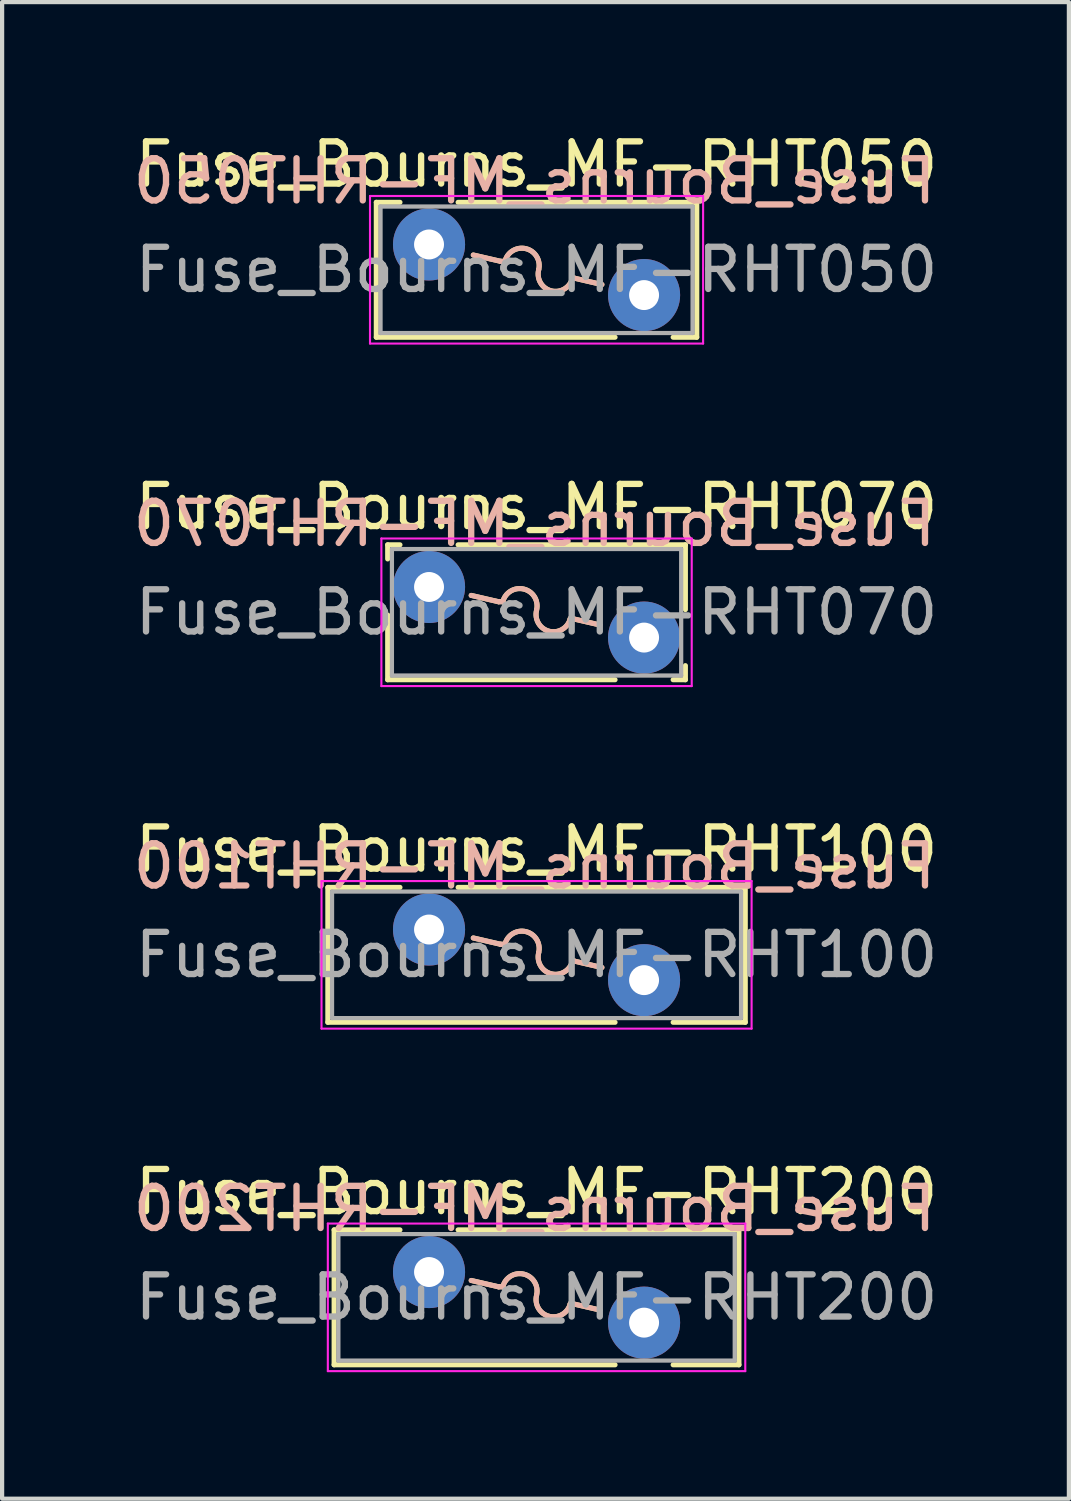
<source format=kicad_pcb>
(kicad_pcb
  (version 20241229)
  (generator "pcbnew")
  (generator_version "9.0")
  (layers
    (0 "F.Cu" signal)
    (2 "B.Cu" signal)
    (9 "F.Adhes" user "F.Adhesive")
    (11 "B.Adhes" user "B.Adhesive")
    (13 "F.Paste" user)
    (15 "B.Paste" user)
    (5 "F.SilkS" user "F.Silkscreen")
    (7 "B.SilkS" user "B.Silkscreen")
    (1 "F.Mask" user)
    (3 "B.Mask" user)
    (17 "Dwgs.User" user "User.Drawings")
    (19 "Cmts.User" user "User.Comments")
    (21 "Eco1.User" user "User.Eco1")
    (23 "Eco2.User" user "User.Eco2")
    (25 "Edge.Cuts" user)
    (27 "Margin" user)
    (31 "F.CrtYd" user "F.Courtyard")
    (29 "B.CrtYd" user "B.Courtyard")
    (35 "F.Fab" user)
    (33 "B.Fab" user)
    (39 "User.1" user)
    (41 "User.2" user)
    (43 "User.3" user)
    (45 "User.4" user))
  (footprint "Fuse_Bourns_MF-RHT070"
    (layer "F.Cu")
    (at 7.125 10.871)
    (property "Reference" "Fuse_Bourns_MF-RHT070" (at 2.55 -1.9 0) (layer "F.SilkS") (effects (font (size 1 1) (thickness 0.15))))
    (fp_line (start -0.981 -1) (end -0.981 -0.665) (stroke (width 0.12) (type solid)) (layer "F.SilkS"))
    (fp_line (start -0.981 -1) (end -0.689 -1) (stroke (width 0.12) (type solid)) (layer "F.SilkS"))
    (fp_line (start -0.981 0.665) (end -0.981 2.2) (stroke (width 0.12) (type solid)) (layer "F.SilkS"))
    (fp_line (start -0.981 2.2) (end 4.412 2.2) (stroke (width 0.12) (type solid)) (layer "F.SilkS"))
    (fp_line (start 0.689 -1) (end 6.08 -1) (stroke (width 0.12) (type solid)) (layer "F.SilkS"))
    (fp_line (start 1 0.2) (end 1.65 0.35) (stroke (width 0.12) (type solid)) (layer "F.SilkS"))
    (fp_line (start 1.75 0.35) (end 1.65 0.35) (stroke (width 0.12) (type solid)) (layer "F.SilkS"))
    (fp_line (start 3.35 0.75) (end 3.4 0.75) (stroke (width 0.12) (type solid)) (layer "F.SilkS"))
    (fp_line (start 3.4 0.75) (end 4.05 0.9) (stroke (width 0.12) (type solid)) (layer "F.SilkS"))
    (fp_line (start 5.789 2.2) (end 6.08 2.2) (stroke (width 0.12) (type solid)) (layer "F.SilkS"))
    (fp_line (start 6.08 -1) (end 6.08 0.536) (stroke (width 0.12) (type solid)) (layer "F.SilkS"))
    (fp_line (start 6.08 1.865) (end 6.08 2.2) (stroke (width 0.12) (type solid)) (layer "F.SilkS"))
    (fp_arc (start 1.750001 0.350001) (mid 2.249999 0.050001) (end 2.549999 0.549999) (stroke (width 0.12) (type solid)) (layer "F.SilkS"))
    (fp_arc (start 3.349999 0.749999) (mid 2.850001 1.049999) (end 2.550001 0.550001) (stroke (width 0.12) (type solid)) (layer "F.SilkS"))
    (fp_line (start 1 0.2) (end 1.65 0.35) (stroke (width 0.12) (type solid)) (layer "B.SilkS"))
    (fp_line (start 1.75 0.35) (end 1.65 0.35) (stroke (width 0.12) (type solid)) (layer "B.SilkS"))
    (fp_line (start 3.35 0.75) (end 3.4 0.75) (stroke (width 0.12) (type solid)) (layer "B.SilkS"))
    (fp_line (start 3.4 0.75) (end 4.05 0.9) (stroke (width 0.12) (type solid)) (layer "B.SilkS"))
    (fp_arc (start 1.750001 0.350001) (mid 2.249999 0.050001) (end 2.549999 0.549999) (stroke (width 0.12) (type solid)) (layer "B.SilkS"))
    (fp_arc (start 3.349999 0.749999) (mid 2.850001 1.049999) (end 2.550001 0.550001) (stroke (width 0.12) (type solid)) (layer "B.SilkS"))
    (fp_line (start -1.13 -1.15) (end -1.13 2.35) (stroke (width 0.05) (type solid)) (layer "F.CrtYd"))
    (fp_line (start -1.13 2.35) (end 6.23 2.35) (stroke (width 0.05) (type solid)) (layer "F.CrtYd"))
    (fp_line (start 6.23 -1.15) (end -1.13 -1.15) (stroke (width 0.05) (type solid)) (layer "F.CrtYd"))
    (fp_line (start 6.23 2.35) (end 6.23 -1.15) (stroke (width 0.05) (type solid)) (layer "F.CrtYd"))
    (fp_line (start -0.88 -0.9) (end -0.88 2.1) (stroke (width 0.1) (type solid)) (layer "F.Fab"))
    (fp_line (start -0.88 2.1) (end 5.98 2.1) (stroke (width 0.1) (type solid)) (layer "F.Fab"))
    (fp_line (start 5.98 -0.9) (end -0.88 -0.9) (stroke (width 0.1) (type solid)) (layer "F.Fab"))
    (fp_line (start 5.98 2.1) (end 5.98 -0.9) (stroke (width 0.1) (type solid)) (layer "F.Fab"))
    (fp_text user "${REFERENCE}" (at 2.5 -1.5 0) (layer "B.SilkS") (effects (font (size 1 1) (thickness 0.15)) (justify mirror)))
    (fp_text user "${REFERENCE}" (at 2.55 0.6 0) (layer "F.Fab") (effects (font (size 1 1) (thickness 0.15))))
    (pad "1" thru_hole circle (at 0 0) (size 1.71 1.71) (drill 0.71) (layers "*.Cu" "*.Mask"))
    (pad "2" thru_hole circle (at 5.1 1.2) (size 1.71 1.71) (drill 0.71) (layers "*.Cu" "*.Mask")))
  (footprint "Fuse_Bourns_MF-RHT100"
    (layer "F.Cu")
    (at 7.125 18.995)
    (property "Reference" "Fuse_Bourns_MF-RHT100" (at 2.55 -1.9 0) (layer "F.SilkS") (effects (font (size 1 1) (thickness 0.15))))
    (fp_line (start -2.4 -1) (end -2.4 2.2) (stroke (width 0.12) (type solid)) (layer "F.SilkS"))
    (fp_line (start -2.4 -1) (end -0.689 -1) (stroke (width 0.12) (type solid)) (layer "F.SilkS"))
    (fp_line (start -2.4 2.2) (end 4.412 2.2) (stroke (width 0.12) (type solid)) (layer "F.SilkS"))
    (fp_line (start 0.689 -1) (end 7.5 -1) (stroke (width 0.12) (type solid)) (layer "F.SilkS"))
    (fp_line (start 1.05 0.2) (end 1.7 0.35) (stroke (width 0.12) (type solid)) (layer "F.SilkS"))
    (fp_line (start 1.8 0.35) (end 1.7 0.35) (stroke (width 0.12) (type solid)) (layer "F.SilkS"))
    (fp_line (start 3.4 0.75) (end 3.45 0.75) (stroke (width 0.12) (type solid)) (layer "F.SilkS"))
    (fp_line (start 3.45 0.75) (end 4.1 0.9) (stroke (width 0.12) (type solid)) (layer "F.SilkS"))
    (fp_line (start 5.789 2.2) (end 7.5 2.2) (stroke (width 0.12) (type solid)) (layer "F.SilkS"))
    (fp_line (start 7.5 -1) (end 7.5 2.2) (stroke (width 0.12) (type solid)) (layer "F.SilkS"))
    (fp_arc (start 1.800001 0.350001) (mid 2.299999 0.050001) (end 2.599999 0.549999) (stroke (width 0.12) (type solid)) (layer "F.SilkS"))
    (fp_arc (start 3.399999 0.749999) (mid 2.900001 1.049999) (end 2.600001 0.550001) (stroke (width 0.12) (type solid)) (layer "F.SilkS"))
    (fp_line (start 1.05 0.2) (end 1.7 0.35) (stroke (width 0.12) (type solid)) (layer "B.SilkS"))
    (fp_line (start 1.8 0.35) (end 1.7 0.35) (stroke (width 0.12) (type solid)) (layer "B.SilkS"))
    (fp_line (start 3.4 0.75) (end 3.45 0.75) (stroke (width 0.12) (type solid)) (layer "B.SilkS"))
    (fp_line (start 3.45 0.75) (end 4.1 0.9) (stroke (width 0.12) (type solid)) (layer "B.SilkS"))
    (fp_arc (start 1.800001 0.350001) (mid 2.299999 0.050001) (end 2.599999 0.549999) (stroke (width 0.12) (type solid)) (layer "B.SilkS"))
    (fp_arc (start 3.399999 0.749999) (mid 2.900001 1.049999) (end 2.600001 0.550001) (stroke (width 0.12) (type solid)) (layer "B.SilkS"))
    (fp_line (start -2.55 -1.15) (end -2.55 2.35) (stroke (width 0.05) (type solid)) (layer "F.CrtYd"))
    (fp_line (start -2.55 2.35) (end 7.65 2.35) (stroke (width 0.05) (type solid)) (layer "F.CrtYd"))
    (fp_line (start 7.65 -1.15) (end -2.55 -1.15) (stroke (width 0.05) (type solid)) (layer "F.CrtYd"))
    (fp_line (start 7.65 2.35) (end 7.65 -1.15) (stroke (width 0.05) (type solid)) (layer "F.CrtYd"))
    (fp_line (start -2.3 -0.9) (end -2.3 2.1) (stroke (width 0.1) (type solid)) (layer "F.Fab"))
    (fp_line (start -2.3 2.1) (end 7.4 2.1) (stroke (width 0.1) (type solid)) (layer "F.Fab"))
    (fp_line (start 7.4 -0.9) (end -2.3 -0.9) (stroke (width 0.1) (type solid)) (layer "F.Fab"))
    (fp_line (start 7.4 2.1) (end 7.4 -0.9) (stroke (width 0.1) (type solid)) (layer "F.Fab"))
    (fp_text user "${REFERENCE}" (at 2.5 -1.5 0) (layer "B.SilkS") (effects (font (size 1 1) (thickness 0.15)) (justify mirror)))
    (fp_text user "${REFERENCE}" (at 2.55 0.6 0) (layer "F.Fab") (effects (font (size 1 1) (thickness 0.15))))
    (pad "1" thru_hole circle (at 0 0) (size 1.71 1.71) (drill 0.71) (layers "*.Cu" "*.Mask"))
    (pad "2" thru_hole circle (at 5.1 1.2) (size 1.71 1.71) (drill 0.71) (layers "*.Cu" "*.Mask")))
  (footprint "Fuse_Bourns_MF-RHT200"
    (layer "F.Cu")
    (at 7.125 27.118)
    (property "Reference" "Fuse_Bourns_MF-RHT200" (at 2.55 -1.9 0) (layer "F.SilkS") (effects (font (size 1 1) (thickness 0.15))))
    (fp_line (start -2.251 -1) (end -2.251 2.2) (stroke (width 0.12) (type solid)) (layer "F.SilkS"))
    (fp_line (start -2.251 -1) (end -0.689 -1) (stroke (width 0.12) (type solid)) (layer "F.SilkS"))
    (fp_line (start -2.251 2.2) (end 4.412 2.2) (stroke (width 0.12) (type solid)) (layer "F.SilkS"))
    (fp_line (start 0.689 -1) (end 7.35 -1) (stroke (width 0.12) (type solid)) (layer "F.SilkS"))
    (fp_line (start 1 0.2) (end 1.65 0.35) (stroke (width 0.12) (type solid)) (layer "F.SilkS"))
    (fp_line (start 1.75 0.35) (end 1.65 0.35) (stroke (width 0.12) (type solid)) (layer "F.SilkS"))
    (fp_line (start 3.35 0.75) (end 3.4 0.75) (stroke (width 0.12) (type solid)) (layer "F.SilkS"))
    (fp_line (start 3.4 0.75) (end 4.05 0.9) (stroke (width 0.12) (type solid)) (layer "F.SilkS"))
    (fp_line (start 5.789 2.2) (end 7.35 2.2) (stroke (width 0.12) (type solid)) (layer "F.SilkS"))
    (fp_line (start 7.35 -1) (end 7.35 2.2) (stroke (width 0.12) (type solid)) (layer "F.SilkS"))
    (fp_arc (start 1.750001 0.350001) (mid 2.249999 0.050001) (end 2.549999 0.549999) (stroke (width 0.12) (type solid)) (layer "F.SilkS"))
    (fp_arc (start 3.349999 0.749999) (mid 2.850001 1.049999) (end 2.550001 0.550001) (stroke (width 0.12) (type solid)) (layer "F.SilkS"))
    (fp_line (start 1 0.2) (end 1.65 0.35) (stroke (width 0.12) (type solid)) (layer "B.SilkS"))
    (fp_line (start 1.75 0.35) (end 1.65 0.35) (stroke (width 0.12) (type solid)) (layer "B.SilkS"))
    (fp_line (start 3.35 0.75) (end 3.4 0.75) (stroke (width 0.12) (type solid)) (layer "B.SilkS"))
    (fp_line (start 3.4 0.75) (end 4.05 0.9) (stroke (width 0.12) (type solid)) (layer "B.SilkS"))
    (fp_arc (start 1.750001 0.350001) (mid 2.249999 0.050001) (end 2.549999 0.549999) (stroke (width 0.12) (type solid)) (layer "B.SilkS"))
    (fp_arc (start 3.349999 0.749999) (mid 2.850001 1.049999) (end 2.550001 0.550001) (stroke (width 0.12) (type solid)) (layer "B.SilkS"))
    (fp_line (start -2.4 -1.15) (end -2.4 2.35) (stroke (width 0.05) (type solid)) (layer "F.CrtYd"))
    (fp_line (start -2.4 2.35) (end 7.5 2.35) (stroke (width 0.05) (type solid)) (layer "F.CrtYd"))
    (fp_line (start 7.5 -1.15) (end -2.4 -1.15) (stroke (width 0.05) (type solid)) (layer "F.CrtYd"))
    (fp_line (start 7.5 2.35) (end 7.5 -1.15) (stroke (width 0.05) (type solid)) (layer "F.CrtYd"))
    (fp_line (start -2.15 -0.9) (end -2.15 2.1) (stroke (width 0.1) (type solid)) (layer "F.Fab"))
    (fp_line (start -2.15 2.1) (end 7.25 2.1) (stroke (width 0.1) (type solid)) (layer "F.Fab"))
    (fp_line (start 7.25 -0.9) (end -2.15 -0.9) (stroke (width 0.1) (type solid)) (layer "F.Fab"))
    (fp_line (start 7.25 2.1) (end 7.25 -0.9) (stroke (width 0.1) (type solid)) (layer "F.Fab"))
    (fp_text user "${REFERENCE}" (at 2.5 -1.5 0) (layer "B.SilkS") (effects (font (size 1 1) (thickness 0.15)) (justify mirror)))
    (fp_text user "${REFERENCE}" (at 2.55 0.6 0) (layer "F.Fab") (effects (font (size 1 1) (thickness 0.15))))
    (pad "1" thru_hole circle (at 0 0) (size 1.71 1.71) (drill 0.71) (layers "*.Cu" "*.Mask"))
    (pad "2" thru_hole circle (at 5.1 1.2) (size 1.71 1.71) (drill 0.71) (layers "*.Cu" "*.Mask")))
  (footprint "Fuse_Bourns_MF-RHT050"
    (layer "F.Cu")
    (at 7.125 2.748)
    (property "Reference" "Fuse_Bourns_MF-RHT050" (at 2.55 -1.9 0) (layer "F.SilkS") (effects (font (size 1 1) (thickness 0.15))))
    (fp_line (start -1.251 -1) (end -1.251 2.2) (stroke (width 0.12) (type solid)) (layer "F.SilkS"))
    (fp_line (start -1.251 -1) (end -0.689 -1) (stroke (width 0.12) (type solid)) (layer "F.SilkS"))
    (fp_line (start -1.251 2.2) (end 4.412 2.2) (stroke (width 0.12) (type solid)) (layer "F.SilkS"))
    (fp_line (start 0.689 -1) (end 6.35 -1) (stroke (width 0.12) (type solid)) (layer "F.SilkS"))
    (fp_line (start 1.05 0.25) (end 1.7 0.4) (stroke (width 0.12) (type solid)) (layer "F.SilkS"))
    (fp_line (start 1.8 0.4) (end 1.7 0.4) (stroke (width 0.12) (type solid)) (layer "F.SilkS"))
    (fp_line (start 3.4 0.8) (end 3.45 0.8) (stroke (width 0.12) (type solid)) (layer "F.SilkS"))
    (fp_line (start 3.45 0.8) (end 4.1 0.95) (stroke (width 0.12) (type solid)) (layer "F.SilkS"))
    (fp_line (start 5.789 2.2) (end 6.35 2.2) (stroke (width 0.12) (type solid)) (layer "F.SilkS"))
    (fp_line (start 6.35 -1) (end 6.35 2.2) (stroke (width 0.12) (type solid)) (layer "F.SilkS"))
    (fp_arc (start 1.800001 0.400001) (mid 2.299999 0.100001) (end 2.599999 0.599999) (stroke (width 0.12) (type solid)) (layer "F.SilkS"))
    (fp_arc (start 3.399999 0.799999) (mid 2.900001 1.099999) (end 2.600001 0.600001) (stroke (width 0.12) (type solid)) (layer "F.SilkS"))
    (fp_line (start 1.05 0.25) (end 1.7 0.4) (stroke (width 0.12) (type solid)) (layer "B.SilkS"))
    (fp_line (start 1.8 0.4) (end 1.7 0.4) (stroke (width 0.12) (type solid)) (layer "B.SilkS"))
    (fp_line (start 3.4 0.8) (end 3.45 0.8) (stroke (width 0.12) (type solid)) (layer "B.SilkS"))
    (fp_line (start 3.45 0.8) (end 4.1 0.95) (stroke (width 0.12) (type solid)) (layer "B.SilkS"))
    (fp_arc (start 1.800001 0.400001) (mid 2.299999 0.100001) (end 2.599999 0.599999) (stroke (width 0.12) (type solid)) (layer "B.SilkS"))
    (fp_arc (start 3.399999 0.799999) (mid 2.900001 1.099999) (end 2.600001 0.600001) (stroke (width 0.12) (type solid)) (layer "B.SilkS"))
    (fp_line (start -1.4 -1.15) (end -1.4 2.35) (stroke (width 0.05) (type solid)) (layer "F.CrtYd"))
    (fp_line (start -1.4 2.35) (end 6.5 2.35) (stroke (width 0.05) (type solid)) (layer "F.CrtYd"))
    (fp_line (start 6.5 -1.15) (end -1.4 -1.15) (stroke (width 0.05) (type solid)) (layer "F.CrtYd"))
    (fp_line (start 6.5 2.35) (end 6.5 -1.15) (stroke (width 0.05) (type solid)) (layer "F.CrtYd"))
    (fp_line (start -1.15 -0.9) (end -1.15 2.1) (stroke (width 0.1) (type solid)) (layer "F.Fab"))
    (fp_line (start -1.15 2.1) (end 6.25 2.1) (stroke (width 0.1) (type solid)) (layer "F.Fab"))
    (fp_line (start 6.25 -0.9) (end -1.15 -0.9) (stroke (width 0.1) (type solid)) (layer "F.Fab"))
    (fp_line (start 6.25 2.1) (end 6.25 -0.9) (stroke (width 0.1) (type solid)) (layer "F.Fab"))
    (fp_text user "${REFERENCE}" (at 2.5 -1.5 0) (layer "B.SilkS") (effects (font (size 1 1) (thickness 0.15)) (justify mirror)))
    (fp_text user "${REFERENCE}" (at 2.55 0.6 0) (layer "F.Fab") (effects (font (size 1 1) (thickness 0.15))))
    (pad "1" thru_hole circle (at 0 0) (size 1.71 1.71) (drill 0.71) (layers "*.Cu" "*.Mask"))
    (pad "2" thru_hole circle (at 5.1 1.2) (size 1.71 1.71) (drill 0.71) (layers "*.Cu" "*.Mask")))
  (gr_rect
    (start -3 -3)
    (end 22.3 32.493)
    (stroke (width 0.1) (type default))
    (fill no)
    (layer "Edge.Cuts")))
</source>
